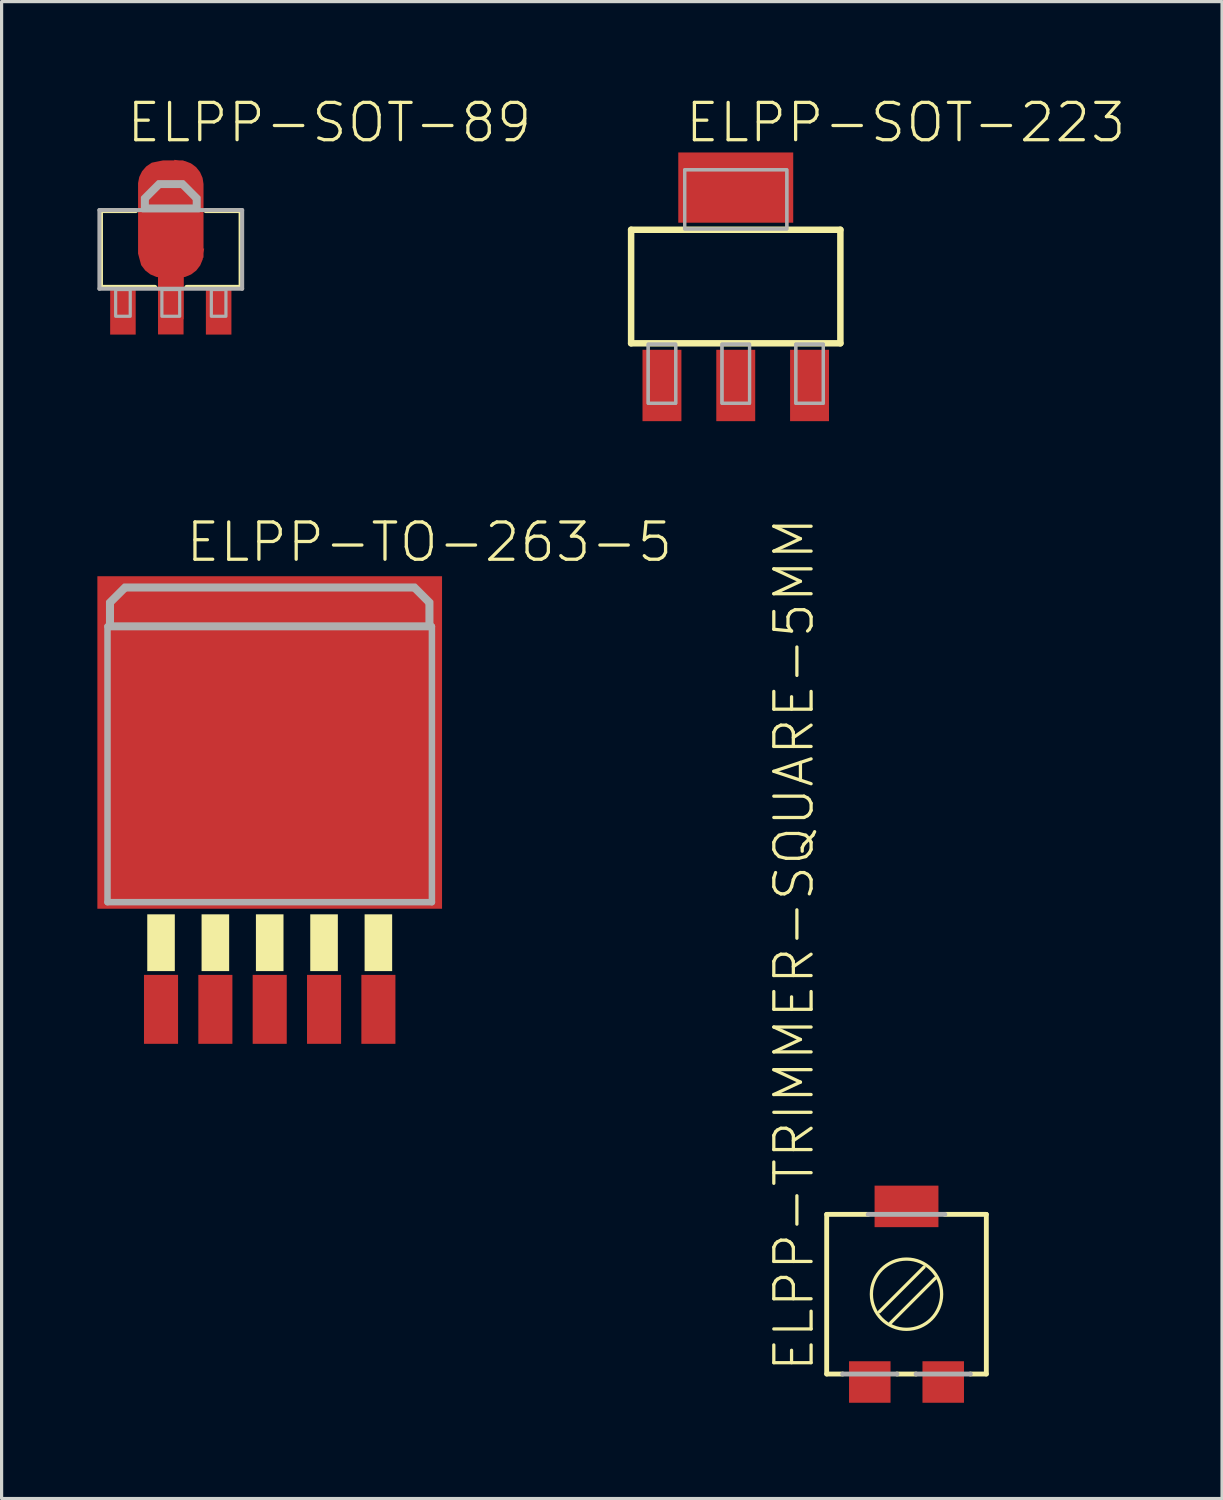
<source format=kicad_pcb>
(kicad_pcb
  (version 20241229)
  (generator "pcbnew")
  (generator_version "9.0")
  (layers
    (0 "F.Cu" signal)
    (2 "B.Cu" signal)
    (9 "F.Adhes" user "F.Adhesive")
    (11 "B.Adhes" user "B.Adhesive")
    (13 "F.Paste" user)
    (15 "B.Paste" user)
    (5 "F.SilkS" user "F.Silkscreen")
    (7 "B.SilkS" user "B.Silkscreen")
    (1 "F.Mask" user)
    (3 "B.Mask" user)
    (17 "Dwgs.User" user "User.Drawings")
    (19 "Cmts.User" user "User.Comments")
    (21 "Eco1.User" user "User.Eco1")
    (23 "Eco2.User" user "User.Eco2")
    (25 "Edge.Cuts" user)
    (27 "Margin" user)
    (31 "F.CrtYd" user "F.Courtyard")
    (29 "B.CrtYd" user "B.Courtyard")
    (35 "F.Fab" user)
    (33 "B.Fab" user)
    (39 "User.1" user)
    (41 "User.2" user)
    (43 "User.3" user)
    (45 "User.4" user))
  (footprint "ELPP-TO-263-5"
    (layer "F.Cu")
    (at 5.397 29.65)
    (property "Reference" "ELPP-TO-263-5" (at -2.686 -15.037 0) (unlocked yes) (layer "F.SilkS") (effects (font (size 1.168 1.168) (thickness 0.102)) (justify left bottom)))
    (fp_poly (pts (xy -3.835 -2.286) (xy -2.972 -2.286) (xy -2.972 -4.064) (xy -3.835 -4.064)) (stroke (width 0) (type default)) (fill yes) (layer "F.SilkS"))
    (fp_poly (pts (xy -2.134 -2.286) (xy -1.27 -2.286) (xy -1.27 -4.064) (xy -2.134 -4.064)) (stroke (width 0) (type default)) (fill yes) (layer "F.SilkS"))
    (fp_poly (pts (xy -0.432 -2.286) (xy 0.432 -2.286) (xy 0.432 -4.064) (xy -0.432 -4.064)) (stroke (width 0) (type default)) (fill yes) (layer "F.SilkS"))
    (fp_poly (pts (xy 1.27 -2.286) (xy 2.134 -2.286) (xy 2.134 -4.064) (xy 1.27 -4.064)) (stroke (width 0) (type default)) (fill yes) (layer "F.SilkS"))
    (fp_poly (pts (xy 2.972 -2.286) (xy 3.835 -2.286) (xy 3.835 -4.064) (xy 2.972 -4.064)) (stroke (width 0) (type default)) (fill yes) (layer "F.SilkS"))
    (fp_line (start -5.08 -13.081) (end 5.08 -13.081) (stroke (width 0.203) (type solid)) (layer "F.Fab"))
    (fp_line (start -5.08 -4.445) (end -5.08 -13.081) (stroke (width 0.203) (type solid)) (layer "F.Fab"))
    (fp_line (start -4.978 -13.819) (end -4.521 -14.276) (stroke (width 0.203) (type solid)) (layer "F.Fab"))
    (fp_line (start -4.978 -13.108) (end -4.978 -13.819) (stroke (width 0.203) (type solid)) (layer "F.Fab"))
    (fp_line (start -4.521 -14.276) (end 4.521 -14.276) (stroke (width 0.203) (type solid)) (layer "F.Fab"))
    (fp_line (start 4.521 -14.276) (end 4.978 -13.819) (stroke (width 0.203) (type solid)) (layer "F.Fab"))
    (fp_line (start 4.978 -13.819) (end 4.978 -13.108) (stroke (width 0.203) (type solid)) (layer "F.Fab"))
    (fp_line (start 4.978 -13.108) (end -4.978 -13.108) (stroke (width 0.203) (type solid)) (layer "F.Fab"))
    (fp_line (start 5.08 -13.081) (end 5.08 -4.445) (stroke (width 0.203) (type solid)) (layer "F.Fab"))
    (fp_line (start 5.08 -4.445) (end -5.08 -4.445) (stroke (width 0.203) (type solid)) (layer "F.Fab"))
    (fp_poly (pts (xy 5.078 -13.861) (xy 5.078 -13.008) (xy -5.078 -13.008) (xy -5.078 -13.861) (xy -4.563 -14.376) (xy 4.563 -14.376)) (stroke (width 0.1) (type default)) (fill no) (layer "F.Fab"))
    (pad "1" smd rect (at -3.404 -1.088) (size 1.067 2.159) (layers "F.Cu" "F.Mask" "F.Paste"))
    (pad "2" smd rect (at -1.702 -1.088) (size 1.067 2.159) (layers "F.Cu" "F.Mask" "F.Paste"))
    (pad "3" smd rect (at 0 -1.088) (size 1.067 2.159) (layers "F.Cu" "F.Mask" "F.Paste"))
    (pad "4" smd rect (at 1.702 -1.088) (size 1.067 2.159) (layers "F.Cu" "F.Mask" "F.Paste"))
    (pad "5" smd rect (at 3.404 -1.088) (size 1.067 2.159) (layers "F.Cu" "F.Mask" "F.Paste"))
    (pad "PAD" smd rect (at 0 -9.446) (size 10.795 10.414) (layers "F.Cu" "F.Mask" "F.Paste")))
  (footprint "ELPP-TRIMMER-SQUARE-5MM"
    (layer "F.Cu")
    (at 25.341 37.483)
    (property "Reference" "ELPP-TRIMMER-SQUARE-5MM" (at -2.84 2.49 90) (unlocked yes) (layer "F.SilkS") (effects (font (size 1.168 1.168) (thickness 0.102)) (justify left bottom)))
    (fp_line (start -2.5 -2.5) (end -2.5 2.5) (stroke (width 0.152) (type solid)) (layer "F.SilkS"))
    (fp_line (start -2.5 2.5) (end -2 2.5) (stroke (width 0.152) (type solid)) (layer "F.SilkS"))
    (fp_line (start -1.2 -2.5) (end -2.5 -2.5) (stroke (width 0.152) (type solid)) (layer "F.SilkS"))
    (fp_line (start -0.85 0.55) (end 0.55 -0.85) (stroke (width 0.102) (type solid)) (layer "F.SilkS"))
    (fp_line (start -0.5 0.9) (end 0.9 -0.5) (stroke (width 0.102) (type solid)) (layer "F.SilkS"))
    (fp_line (start -0.3 2.5) (end 0.3 2.5) (stroke (width 0.152) (type solid)) (layer "F.SilkS"))
    (fp_line (start 1.2 -2.5) (end 2.5 -2.5) (stroke (width 0.152) (type solid)) (layer "F.SilkS"))
    (fp_line (start 2.5 -2.5) (end 2.5 2.5) (stroke (width 0.152) (type solid)) (layer "F.SilkS"))
    (fp_line (start 2.5 2.5) (end 2 2.5) (stroke (width 0.152) (type solid)) (layer "F.SilkS"))
    (fp_circle (center 0 0) (end 1.1 0) (stroke (width 0.102) (type solid)) (fill no) (layer "F.SilkS"))
    (fp_line (start -2 2.5) (end -0.3 2.5) (stroke (width 0.152) (type solid)) (layer "F.Fab"))
    (fp_line (start -1.2 -2.5) (end 1.2 -2.5) (stroke (width 0.152) (type solid)) (layer "F.Fab"))
    (fp_line (start 0.3 2.5) (end 2 2.5) (stroke (width 0.152) (type solid)) (layer "F.Fab"))
    (pad "1" smd rect (at -1.15 2.75) (size 1.3 1.3) (layers "F.Cu" "F.Mask" "F.Paste"))
    (pad "2" smd rect (at 0 -2.75) (size 2 1.3) (layers "F.Cu" "F.Mask" "F.Paste"))
    (pad "3" smd rect (at 1.15 2.75) (size 1.3 1.3) (layers "F.Cu" "F.Mask" "F.Paste")))
  (footprint "ELPP-SOT-223"
    (layer "F.Cu")
    (at 19.993 5.924)
    (property "Reference" "ELPP-SOT-223" (at -1.64 -4.451 0) (unlocked yes) (layer "F.SilkS") (effects (font (size 1.168 1.168) (thickness 0.102)) (justify left bottom)))
    (fp_line (start -3.277 -1.778) (end 3.277 -1.778) (stroke (width 0.203) (type solid)) (layer "F.SilkS"))
    (fp_line (start -3.277 1.778) (end -3.277 -1.778) (stroke (width 0.203) (type solid)) (layer "F.SilkS"))
    (fp_line (start 3.277 -1.778) (end 3.277 1.778) (stroke (width 0.203) (type solid)) (layer "F.SilkS"))
    (fp_line (start 3.277 1.778) (end -3.277 1.778) (stroke (width 0.203) (type solid)) (layer "F.SilkS"))
    (fp_poly (pts (xy -2.743 3.658) (xy -1.88 3.658) (xy -1.88 1.803) (xy -2.743 1.803)) (stroke (width 0.1) (type default)) (fill no) (layer "F.Fab"))
    (fp_poly (pts (xy -2.743 3.658) (xy -1.88 3.658) (xy -1.88 1.803) (xy -2.743 1.803)) (stroke (width 0.1) (type default)) (fill no) (layer "F.Fab"))
    (fp_poly (pts (xy -1.6 -1.803) (xy 1.6 -1.803) (xy 1.6 -3.658) (xy -1.6 -3.658)) (stroke (width 0.1) (type default)) (fill no) (layer "F.Fab"))
    (fp_poly (pts (xy -1.6 -1.803) (xy 1.6 -1.803) (xy 1.6 -3.658) (xy -1.6 -3.658)) (stroke (width 0.1) (type default)) (fill no) (layer "F.Fab"))
    (fp_poly (pts (xy -0.432 3.658) (xy 0.432 3.658) (xy 0.432 1.803) (xy -0.432 1.803)) (stroke (width 0.1) (type default)) (fill no) (layer "F.Fab"))
    (fp_poly (pts (xy -0.432 3.658) (xy 0.432 3.658) (xy 0.432 1.803) (xy -0.432 1.803)) (stroke (width 0.1) (type default)) (fill no) (layer "F.Fab"))
    (fp_poly (pts (xy 1.88 3.658) (xy 2.743 3.658) (xy 2.743 1.803) (xy 1.88 1.803)) (stroke (width 0.1) (type default)) (fill no) (layer "F.Fab"))
    (fp_poly (pts (xy 1.88 3.658) (xy 2.743 3.658) (xy 2.743 1.803) (xy 1.88 1.803)) (stroke (width 0.1) (type default)) (fill no) (layer "F.Fab"))
    (pad "1" smd rect (at -2.311 3.099) (size 1.219 2.235) (layers "F.Cu" "F.Mask" "F.Paste"))
    (pad "2" smd rect (at 0 3.099) (size 1.219 2.235) (layers "F.Cu" "F.Mask" "F.Paste"))
    (pad "3" smd rect (at 2.311 3.099) (size 1.219 2.235) (layers "F.Cu" "F.Mask" "F.Paste"))
    (pad "4" smd rect (at 0 -3.099) (size 3.6 2.2) (layers "F.Cu" "F.Mask" "F.Paste")))
  (footprint "ELPP-SOT-89"
    (layer "F.Cu")
    (at 2.299 4.748)
    (property "Reference" "ELPP-SOT-89" (at -1.44 -3.275 0) (unlocked yes) (layer "F.SilkS") (effects (font (size 1.168 1.168) (thickness 0.102)) (justify left bottom)))
    (fp_poly (pts (xy 0.258 -2.775) (xy 0.4 -2.775) (xy 0.4 -2.759) (xy 0.445 -2.754) (xy 0.631 -2.682) (xy 0.792 -2.564) (xy 0.916 -2.408) (xy 0.996 -2.225) (xy 1.025 -2.036) (xy 1.025 -0.015) (xy 1.045 -0.014) (xy 1.025 0.135) (xy 1.025 0.275) (xy 1.007 0.275) (xy 1 0.326) (xy 0.922 0.513) (xy 0.799 0.674) (xy 0.638 0.797) (xy 0.451 0.875) (xy 0.4 0.882) (xy 0.4 2.2) (xy -0.4 2.2) (xy -0.4 0.882) (xy -0.451 0.875) (xy -0.638 0.797) (xy -0.799 0.674) (xy -0.928 0.505) (xy -1.025 0.145) (xy -1.025 -2.064) (xy -0.988 -2.255) (xy -0.9 -2.435) (xy -0.769 -2.585) (xy -0.595 -2.703) (xy -0.24 -2.775) (xy 0.108 -2.775) (xy 0.109 -2.792)) (stroke (width 0) (type default)) (fill yes) (layer "F.Cu"))
    (fp_poly (pts (xy -0.5 2.78) (xy 0.5 2.78) (xy 0.5 1.18) (xy -0.5 1.18)) (stroke (width 0) (type default)) (fill yes) (layer "F.Mask"))
    (fp_poly (pts (xy 1.1 1) (xy -1.125 1) (xy -1.125 -2.875) (xy 1.1 -2.875)) (stroke (width 0) (type default)) (fill yes) (layer "F.Mask"))
    (fp_line (start -2.2 -1.2) (end -1.1 -1.2) (stroke (width 0.152) (type solid)) (layer "F.SilkS"))
    (fp_line (start -2.2 1.2) (end -2.2 -1.2) (stroke (width 0.152) (type solid)) (layer "F.SilkS"))
    (fp_line (start -0.5 1.2) (end -2.2 1.2) (stroke (width 0.152) (type solid)) (layer "F.SilkS"))
    (fp_line (start 1.1 -1.2) (end 2.2 -1.2) (stroke (width 0.152) (type solid)) (layer "F.SilkS"))
    (fp_line (start 2.2 -1.2) (end 2.2 1.2) (stroke (width 0.152) (type solid)) (layer "F.SilkS"))
    (fp_line (start 2.2 1.2) (end 0.5 1.2) (stroke (width 0.152) (type solid)) (layer "F.SilkS"))
    (fp_poly (pts (xy -0.4 2.68) (xy 0.4 2.68) (xy 0.4 1.28) (xy -0.4 1.28)) (stroke (width 0) (type default)) (fill yes) (layer "F.Paste"))
    (fp_poly (pts (xy 0.925 0.775) (xy -0.9 0.775) (xy -0.9 -2.7) (xy 0.925 -2.7)) (stroke (width 0) (type default)) (fill yes) (layer "F.Paste"))
    (fp_line (start -2.235 -1.219) (end 2.235 -1.219) (stroke (width 0.127) (type solid)) (layer "F.Fab"))
    (fp_line (start -2.235 1.245) (end -2.235 -1.219) (stroke (width 0.127) (type solid)) (layer "F.Fab"))
    (fp_line (start -0.787 -1.575) (end -0.356 -2.007) (stroke (width 0.2) (type solid)) (layer "F.Fab"))
    (fp_line (start -0.787 -1.295) (end -0.787 -1.575) (stroke (width 0.2) (type solid)) (layer "F.Fab"))
    (fp_line (start -0.356 -2.007) (end 0.356 -2.007) (stroke (width 0.2) (type solid)) (layer "F.Fab"))
    (fp_line (start 0.356 -2.007) (end 0.787 -1.575) (stroke (width 0.2) (type solid)) (layer "F.Fab"))
    (fp_line (start 0.787 -1.575) (end 0.787 -1.295) (stroke (width 0.2) (type solid)) (layer "F.Fab"))
    (fp_line (start 0.787 -1.295) (end -0.787 -1.295) (stroke (width 0.2) (type solid)) (layer "F.Fab"))
    (fp_line (start 2.235 -1.219) (end 2.235 1.245) (stroke (width 0.127) (type solid)) (layer "F.Fab"))
    (fp_line (start 2.235 1.245) (end -2.235 1.245) (stroke (width 0.127) (type solid)) (layer "F.Fab"))
    (fp_poly (pts (xy -1.727 2.108) (xy -1.27 2.108) (xy -1.27 1.27) (xy -1.727 1.27)) (stroke (width 0.1) (type default)) (fill no) (layer "F.Fab"))
    (fp_poly (pts (xy -0.279 2.108) (xy 0.279 2.108) (xy 0.279 1.27) (xy -0.279 1.27)) (stroke (width 0.1) (type default)) (fill no) (layer "F.Fab"))
    (fp_poly (pts (xy 1.27 2.108) (xy 1.727 2.108) (xy 1.727 1.27) (xy 1.27 1.27)) (stroke (width 0.1) (type default)) (fill no) (layer "F.Fab"))
    (fp_poly (pts (xy 0.887 -1.616) (xy 0.887 -1.196) (xy -0.887 -1.196) (xy -0.887 -1.616) (xy -0.397 -2.107) (xy 0.397 -2.107)) (stroke (width 0.1) (type default)) (fill no) (layer "F.Fab"))
    (pad "B" smd rect (at -1.499 1.981) (size 0.8 1.4) (layers "F.Cu" "F.Mask" "F.Paste"))
    (pad "C" smd rect (at 0 1.727) (size 0.8 1.9) (layers "F.Cu"))
    (pad "E" smd rect (at 1.499 1.981) (size 0.8 1.4) (layers "F.Cu" "F.Mask" "F.Paste")))
  (gr_rect
    (start -3 -3)
    (end 35.223 43.883)
    (stroke (width 0.1) (type default))
    (fill no)
    (layer "Edge.Cuts")))
</source>
